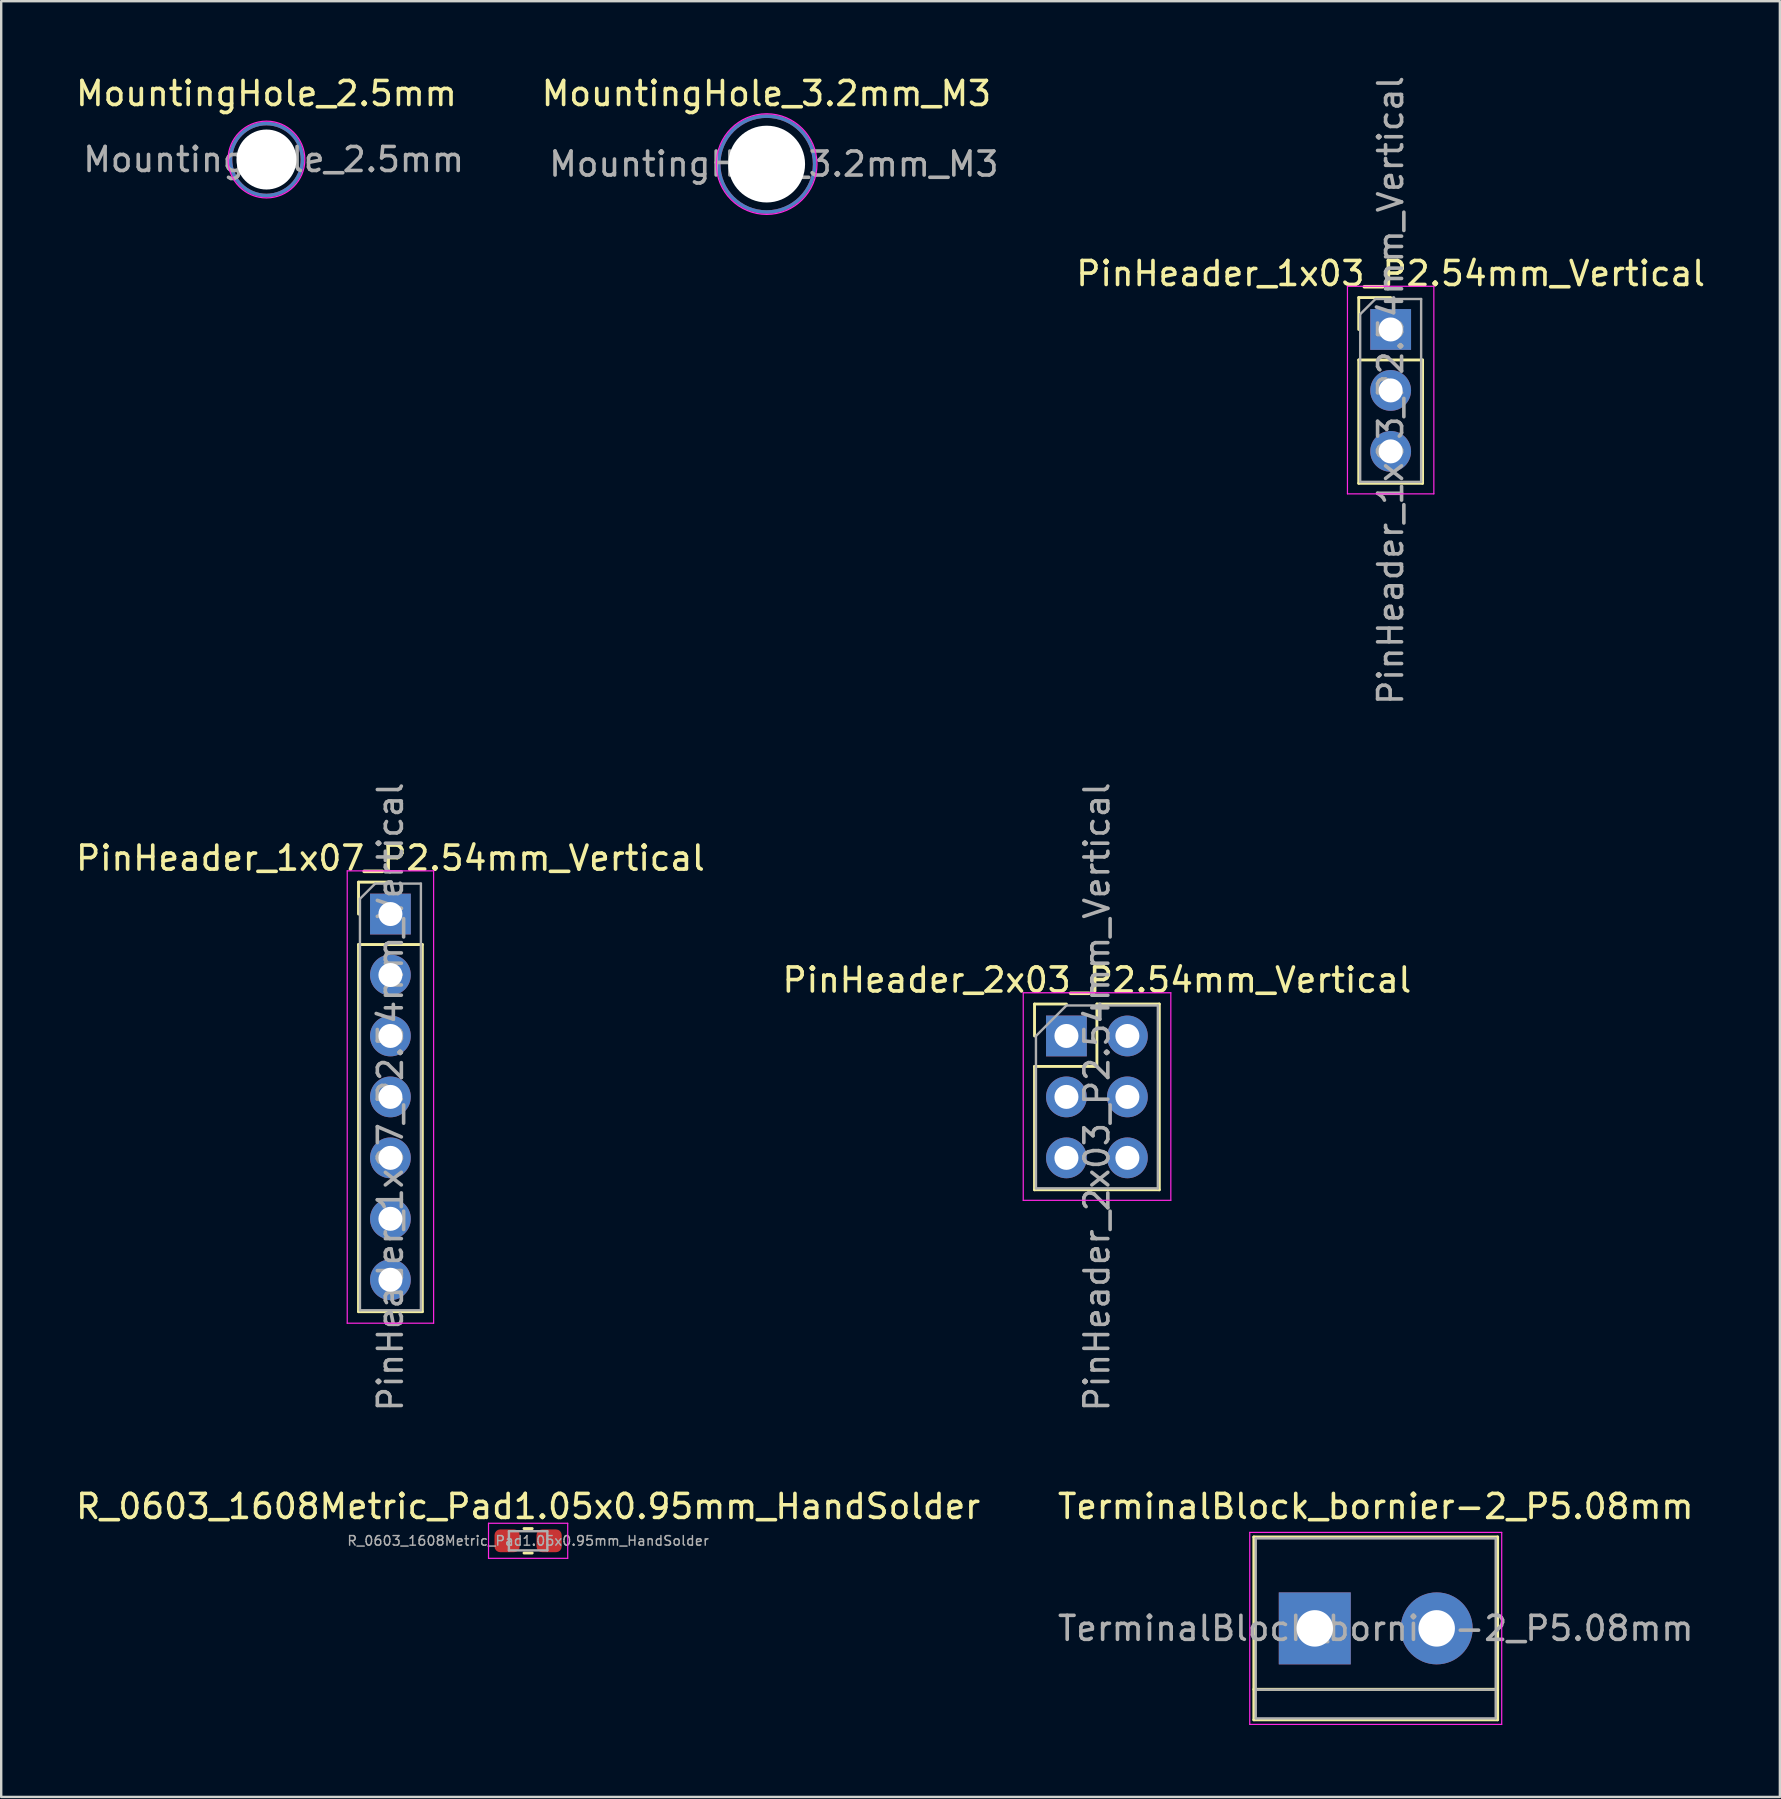
<source format=kicad_pcb>
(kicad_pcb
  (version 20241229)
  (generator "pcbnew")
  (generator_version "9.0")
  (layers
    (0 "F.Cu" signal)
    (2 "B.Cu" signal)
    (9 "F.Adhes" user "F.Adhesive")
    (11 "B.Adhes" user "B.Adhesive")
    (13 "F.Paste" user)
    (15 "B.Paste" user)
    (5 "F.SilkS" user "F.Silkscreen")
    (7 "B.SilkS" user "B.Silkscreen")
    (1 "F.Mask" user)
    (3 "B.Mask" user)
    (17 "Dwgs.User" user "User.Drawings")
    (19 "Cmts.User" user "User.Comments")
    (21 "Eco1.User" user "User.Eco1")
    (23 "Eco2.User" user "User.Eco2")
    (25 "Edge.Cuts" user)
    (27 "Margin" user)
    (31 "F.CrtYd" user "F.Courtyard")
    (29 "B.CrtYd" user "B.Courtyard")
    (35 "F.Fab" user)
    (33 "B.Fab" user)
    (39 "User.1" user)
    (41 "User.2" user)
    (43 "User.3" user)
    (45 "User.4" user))
  (footprint "PinHeader_2x03_P2.54mm_Vertical"
    (layer "F.Cu")
    (at 41.391 40.121)
    (property "Reference" "PinHeader_2x03_P2.54mm_Vertical" (at 1.27 -2.33 0) (layer "F.SilkS") (effects (font (size 1 1) (thickness 0.15))))
    (attr through_hole)
    (fp_line (start -1.33 -1.33) (end 0 -1.33) (stroke (width 0.12) (type solid)) (layer "F.SilkS"))
    (fp_line (start -1.33 0) (end -1.33 -1.33) (stroke (width 0.12) (type solid)) (layer "F.SilkS"))
    (fp_line (start -1.33 1.27) (end -1.33 6.41) (stroke (width 0.12) (type solid)) (layer "F.SilkS"))
    (fp_line (start -1.33 1.27) (end 1.27 1.27) (stroke (width 0.12) (type solid)) (layer "F.SilkS"))
    (fp_line (start -1.33 6.41) (end 3.87 6.41) (stroke (width 0.12) (type solid)) (layer "F.SilkS"))
    (fp_line (start 1.27 -1.33) (end 3.87 -1.33) (stroke (width 0.12) (type solid)) (layer "F.SilkS"))
    (fp_line (start 1.27 1.27) (end 1.27 -1.33) (stroke (width 0.12) (type solid)) (layer "F.SilkS"))
    (fp_line (start 3.87 -1.33) (end 3.87 6.41) (stroke (width 0.12) (type solid)) (layer "F.SilkS"))
    (fp_line (start -1.8 -1.8) (end -1.8 6.85) (stroke (width 0.05) (type solid)) (layer "F.CrtYd"))
    (fp_line (start -1.8 6.85) (end 4.35 6.85) (stroke (width 0.05) (type solid)) (layer "F.CrtYd"))
    (fp_line (start 4.35 -1.8) (end -1.8 -1.8) (stroke (width 0.05) (type solid)) (layer "F.CrtYd"))
    (fp_line (start 4.35 6.85) (end 4.35 -1.8) (stroke (width 0.05) (type solid)) (layer "F.CrtYd"))
    (fp_line (start -1.27 0) (end 0 -1.27) (stroke (width 0.1) (type solid)) (layer "F.Fab"))
    (fp_line (start -1.27 6.35) (end -1.27 0) (stroke (width 0.1) (type solid)) (layer "F.Fab"))
    (fp_line (start 0 -1.27) (end 3.81 -1.27) (stroke (width 0.1) (type solid)) (layer "F.Fab"))
    (fp_line (start 3.81 -1.27) (end 3.81 6.35) (stroke (width 0.1) (type solid)) (layer "F.Fab"))
    (fp_line (start 3.81 6.35) (end -1.27 6.35) (stroke (width 0.1) (type solid)) (layer "F.Fab"))
    (fp_text user "${REFERENCE}" (at 1.27 2.54 90) (layer "F.Fab") (effects (font (size 1 1) (thickness 0.15))))
    (pad "1" thru_hole rect (at 0 0) (size 1.7 1.7) (drill 1) (layers "*.Cu" "*.Mask"))
    (pad "2" thru_hole oval (at 2.54 0) (size 1.7 1.7) (drill 1) (layers "*.Cu" "*.Mask"))
    (pad "3" thru_hole oval (at 0 2.54) (size 1.7 1.7) (drill 1) (layers "*.Cu" "*.Mask"))
    (pad "4" thru_hole oval (at 2.54 2.54) (size 1.7 1.7) (drill 1) (layers "*.Cu" "*.Mask"))
    (pad "5" thru_hole oval (at 0 5.08) (size 1.7 1.7) (drill 1) (layers "*.Cu" "*.Mask"))
    (pad "6" thru_hole oval (at 2.54 5.08) (size 1.7 1.7) (drill 1) (layers "*.Cu" "*.Mask")))
  (footprint "MountingHole_3.2mm_M3"
    (layer "F.Cu")
    (at 28.899 3.788)
    (property "Reference" "MountingHole_3.2mm_M3" (at -0.01 -2.94 0) (layer "F.SilkS") (effects (font (size 1 1) (thickness 0.15))))
    (attr exclude_from_pos_files exclude_from_bom)
    (fp_circle (center 0 0) (end 2 0) (stroke (width 0.15) (type solid)) (fill no) (layer "F.Cu"))
    (fp_circle (center 0 0) (end 2 0) (stroke (width 0.15) (type solid)) (fill no) (layer "B.Cu"))
    (fp_circle (center 0 0) (end 2.097 0) (stroke (width 0.05) (type solid)) (fill no) (layer "F.CrtYd"))
    (fp_text user "${REFERENCE}" (at 0.3 0 0) (layer "F.Fab") (effects (font (size 1 1) (thickness 0.15))))
    (pad "" np_thru_hole circle (at 0 0) (size 3.2 3.2) (drill 3.2) (layers "*.Cu" "*.Mask")))
  (footprint "R_0603_1608Metric_Pad1.05x0.95mm_HandSolder"
    (layer "F.Cu")
    (at 18.958 61.159)
    (property "Reference" "R_0603_1608Metric_Pad1.05x0.95mm_HandSolder" (at 0 -1.43 0) (layer "F.SilkS") (effects (font (size 1 1) (thickness 0.15))))
    (attr smd)
    (fp_line (start -0.171 -0.51) (end 0.171 -0.51) (stroke (width 0.12) (type solid)) (layer "F.SilkS"))
    (fp_line (start -0.171 0.51) (end 0.171 0.51) (stroke (width 0.12) (type solid)) (layer "F.SilkS"))
    (fp_line (start -1.65 -0.73) (end 1.65 -0.73) (stroke (width 0.05) (type solid)) (layer "F.CrtYd"))
    (fp_line (start -1.65 0.73) (end -1.65 -0.73) (stroke (width 0.05) (type solid)) (layer "F.CrtYd"))
    (fp_line (start 1.65 -0.73) (end 1.65 0.73) (stroke (width 0.05) (type solid)) (layer "F.CrtYd"))
    (fp_line (start 1.65 0.73) (end -1.65 0.73) (stroke (width 0.05) (type solid)) (layer "F.CrtYd"))
    (fp_line (start -0.8 -0.4) (end 0.8 -0.4) (stroke (width 0.1) (type solid)) (layer "F.Fab"))
    (fp_line (start -0.8 0.4) (end -0.8 -0.4) (stroke (width 0.1) (type solid)) (layer "F.Fab"))
    (fp_line (start 0.8 -0.4) (end 0.8 0.4) (stroke (width 0.1) (type solid)) (layer "F.Fab"))
    (fp_line (start 0.8 0.4) (end -0.8 0.4) (stroke (width 0.1) (type solid)) (layer "F.Fab"))
    (fp_text user "${REFERENCE}" (at 0 0 0) (layer "F.Fab") (effects (font (size 0.4 0.4) (thickness 0.06))))
    (pad "1" smd roundrect (at -0.875 0) (size 1.05 0.95) (layers "F.Cu" "F.Mask" "F.Paste") (roundrect_rratio 0.25))
    (pad "2" smd roundrect (at 0.875 0) (size 1.05 0.95) (layers "F.Cu" "F.Mask" "F.Paste") (roundrect_rratio 0.25)))
  (footprint "TerminalBlock_bornier-2_P5.08mm"
    (layer "F.Cu")
    (at 51.74 64.809)
    (property "Reference" "TerminalBlock_bornier-2_P5.08mm" (at 2.54 -5.08 0) (layer "F.SilkS") (effects (font (size 1 1) (thickness 0.15))))
    (attr through_hole)
    (fp_line (start -2.54 -3.81) (end -2.54 3.81) (stroke (width 0.12) (type solid)) (layer "F.SilkS"))
    (fp_line (start -2.54 3.81) (end 7.62 3.81) (stroke (width 0.12) (type solid)) (layer "F.SilkS"))
    (fp_line (start 7.62 -3.81) (end -2.54 -3.81) (stroke (width 0.12) (type solid)) (layer "F.SilkS"))
    (fp_line (start 7.62 2.54) (end -2.54 2.54) (stroke (width 0.12) (type solid)) (layer "F.SilkS"))
    (fp_line (start 7.62 3.81) (end 7.62 -3.81) (stroke (width 0.12) (type solid)) (layer "F.SilkS"))
    (fp_line (start -2.71 -4) (end -2.71 4) (stroke (width 0.05) (type solid)) (layer "F.CrtYd"))
    (fp_line (start -2.71 -4) (end 7.79 -4) (stroke (width 0.05) (type solid)) (layer "F.CrtYd"))
    (fp_line (start 7.79 4) (end -2.71 4) (stroke (width 0.05) (type solid)) (layer "F.CrtYd"))
    (fp_line (start 7.79 4) (end 7.79 -4) (stroke (width 0.05) (type solid)) (layer "F.CrtYd"))
    (fp_line (start -2.46 -3.75) (end -2.46 3.75) (stroke (width 0.1) (type solid)) (layer "F.Fab"))
    (fp_line (start -2.46 3.75) (end 7.54 3.75) (stroke (width 0.1) (type solid)) (layer "F.Fab"))
    (fp_line (start -2.41 2.55) (end 7.49 2.55) (stroke (width 0.1) (type solid)) (layer "F.Fab"))
    (fp_line (start 7.54 -3.75) (end -2.46 -3.75) (stroke (width 0.1) (type solid)) (layer "F.Fab"))
    (fp_line (start 7.54 3.75) (end 7.54 -3.75) (stroke (width 0.1) (type solid)) (layer "F.Fab"))
    (fp_text user "${REFERENCE}" (at 2.54 0 0) (layer "F.Fab") (effects (font (size 1 1) (thickness 0.15))))
    (pad "1" thru_hole rect (at 0 0) (size 3 3) (drill 1.52) (layers "*.Cu" "*.Mask"))
    (pad "2" thru_hole circle (at 5.08 0) (size 3 3) (drill 1.52) (layers "*.Cu" "*.Mask")))
  (footprint "PinHeader_1x03_P2.54mm_Vertical"
    (layer "F.Cu")
    (at 54.902 10.68)
    (property "Reference" "PinHeader_1x03_P2.54mm_Vertical" (at 0 -2.33 0) (layer "F.SilkS") (effects (font (size 1 1) (thickness 0.15))))
    (attr through_hole)
    (fp_line (start -1.33 -1.33) (end 0 -1.33) (stroke (width 0.12) (type solid)) (layer "F.SilkS"))
    (fp_line (start -1.33 0) (end -1.33 -1.33) (stroke (width 0.12) (type solid)) (layer "F.SilkS"))
    (fp_line (start -1.33 1.27) (end -1.33 6.41) (stroke (width 0.12) (type solid)) (layer "F.SilkS"))
    (fp_line (start -1.33 1.27) (end 1.33 1.27) (stroke (width 0.12) (type solid)) (layer "F.SilkS"))
    (fp_line (start -1.33 6.41) (end 1.33 6.41) (stroke (width 0.12) (type solid)) (layer "F.SilkS"))
    (fp_line (start 1.33 1.27) (end 1.33 6.41) (stroke (width 0.12) (type solid)) (layer "F.SilkS"))
    (fp_line (start -1.8 -1.8) (end -1.8 6.85) (stroke (width 0.05) (type solid)) (layer "F.CrtYd"))
    (fp_line (start -1.8 6.85) (end 1.8 6.85) (stroke (width 0.05) (type solid)) (layer "F.CrtYd"))
    (fp_line (start 1.8 -1.8) (end -1.8 -1.8) (stroke (width 0.05) (type solid)) (layer "F.CrtYd"))
    (fp_line (start 1.8 6.85) (end 1.8 -1.8) (stroke (width 0.05) (type solid)) (layer "F.CrtYd"))
    (fp_line (start -1.27 -0.635) (end -0.635 -1.27) (stroke (width 0.1) (type solid)) (layer "F.Fab"))
    (fp_line (start -1.27 6.35) (end -1.27 -0.635) (stroke (width 0.1) (type solid)) (layer "F.Fab"))
    (fp_line (start -0.635 -1.27) (end 1.27 -1.27) (stroke (width 0.1) (type solid)) (layer "F.Fab"))
    (fp_line (start 1.27 -1.27) (end 1.27 6.35) (stroke (width 0.1) (type solid)) (layer "F.Fab"))
    (fp_line (start 1.27 6.35) (end -1.27 6.35) (stroke (width 0.1) (type solid)) (layer "F.Fab"))
    (fp_text user "${REFERENCE}" (at 0 2.54 90) (layer "F.Fab") (effects (font (size 1 1) (thickness 0.15))))
    (pad "1" thru_hole rect (at 0 0) (size 1.7 1.7) (drill 1) (layers "*.Cu" "*.Mask"))
    (pad "2" thru_hole oval (at 0 2.54) (size 1.7 1.7) (drill 1) (layers "*.Cu" "*.Mask"))
    (pad "3" thru_hole oval (at 0 5.08) (size 1.7 1.7) (drill 1) (layers "*.Cu" "*.Mask")))
  (footprint "MountingHole_2.5mm"
    (layer "F.Cu")
    (at 8.054 3.598)
    (property "Reference" "MountingHole_2.5mm" (at 0 -2.75 0) (layer "F.SilkS") (effects (font (size 1 1) (thickness 0.15))))
    (attr exclude_from_pos_files exclude_from_bom)
    (fp_circle (center 0 0) (end 1.5 0) (stroke (width 0.15) (type solid)) (fill no) (layer "F.Cu"))
    (fp_circle (center 0 0) (end 1.5 0) (stroke (width 0.15) (type solid)) (fill no) (layer "B.Cu"))
    (fp_circle (center 0 0) (end 1.6 0) (stroke (width 0.05) (type solid)) (fill no) (layer "F.CrtYd"))
    (fp_text user "${REFERENCE}" (at 0.3 0 0) (layer "F.Fab") (effects (font (size 1 1) (thickness 0.15))))
    (pad "" np_thru_hole circle (at 0 0) (size 2.5 2.5) (drill 2.5) (layers "*.Cu" "*.Mask")))
  (footprint "PinHeader_1x07_P2.54mm_Vertical"
    (layer "F.Cu")
    (at 13.22 35.041)
    (property "Reference" "PinHeader_1x07_P2.54mm_Vertical" (at 0 -2.33 0) (layer "F.SilkS") (effects (font (size 1 1) (thickness 0.15))))
    (attr through_hole)
    (fp_line (start -1.33 -1.33) (end 0 -1.33) (stroke (width 0.12) (type solid)) (layer "F.SilkS"))
    (fp_line (start -1.33 0) (end -1.33 -1.33) (stroke (width 0.12) (type solid)) (layer "F.SilkS"))
    (fp_line (start -1.33 1.27) (end -1.33 16.57) (stroke (width 0.12) (type solid)) (layer "F.SilkS"))
    (fp_line (start -1.33 1.27) (end 1.33 1.27) (stroke (width 0.12) (type solid)) (layer "F.SilkS"))
    (fp_line (start -1.33 16.57) (end 1.33 16.57) (stroke (width 0.12) (type solid)) (layer "F.SilkS"))
    (fp_line (start 1.33 1.27) (end 1.33 16.57) (stroke (width 0.12) (type solid)) (layer "F.SilkS"))
    (fp_line (start -1.8 -1.8) (end -1.8 17.05) (stroke (width 0.05) (type solid)) (layer "F.CrtYd"))
    (fp_line (start -1.8 17.05) (end 1.8 17.05) (stroke (width 0.05) (type solid)) (layer "F.CrtYd"))
    (fp_line (start 1.8 -1.8) (end -1.8 -1.8) (stroke (width 0.05) (type solid)) (layer "F.CrtYd"))
    (fp_line (start 1.8 17.05) (end 1.8 -1.8) (stroke (width 0.05) (type solid)) (layer "F.CrtYd"))
    (fp_line (start -1.27 -0.635) (end -0.635 -1.27) (stroke (width 0.1) (type solid)) (layer "F.Fab"))
    (fp_line (start -1.27 16.51) (end -1.27 -0.635) (stroke (width 0.1) (type solid)) (layer "F.Fab"))
    (fp_line (start -0.635 -1.27) (end 1.27 -1.27) (stroke (width 0.1) (type solid)) (layer "F.Fab"))
    (fp_line (start 1.27 -1.27) (end 1.27 16.51) (stroke (width 0.1) (type solid)) (layer "F.Fab"))
    (fp_line (start 1.27 16.51) (end -1.27 16.51) (stroke (width 0.1) (type solid)) (layer "F.Fab"))
    (fp_text user "${REFERENCE}" (at 0 7.62 90) (layer "F.Fab") (effects (font (size 1 1) (thickness 0.15))))
    (pad "1" thru_hole rect (at 0 0) (size 1.7 1.7) (drill 1) (layers "*.Cu" "*.Mask"))
    (pad "2" thru_hole oval (at 0 2.54) (size 1.7 1.7) (drill 1) (layers "*.Cu" "*.Mask"))
    (pad "3" thru_hole oval (at 0 5.08) (size 1.7 1.7) (drill 1) (layers "*.Cu" "*.Mask"))
    (pad "4" thru_hole oval (at 0 7.62) (size 1.7 1.7) (drill 1) (layers "*.Cu" "*.Mask"))
    (pad "5" thru_hole oval (at 0 10.16) (size 1.7 1.7) (drill 1) (layers "*.Cu" "*.Mask"))
    (pad "6" thru_hole oval (at 0 12.7) (size 1.7 1.7) (drill 1) (layers "*.Cu" "*.Mask"))
    (pad "7" thru_hole oval (at 0 15.24) (size 1.7 1.7) (drill 1) (layers "*.Cu" "*.Mask")))
  (gr_rect
    (start -3 -3)
    (end 71.122 71.834)
    (stroke (width 0.1) (type default))
    (fill no)
    (layer "Edge.Cuts")))
</source>
